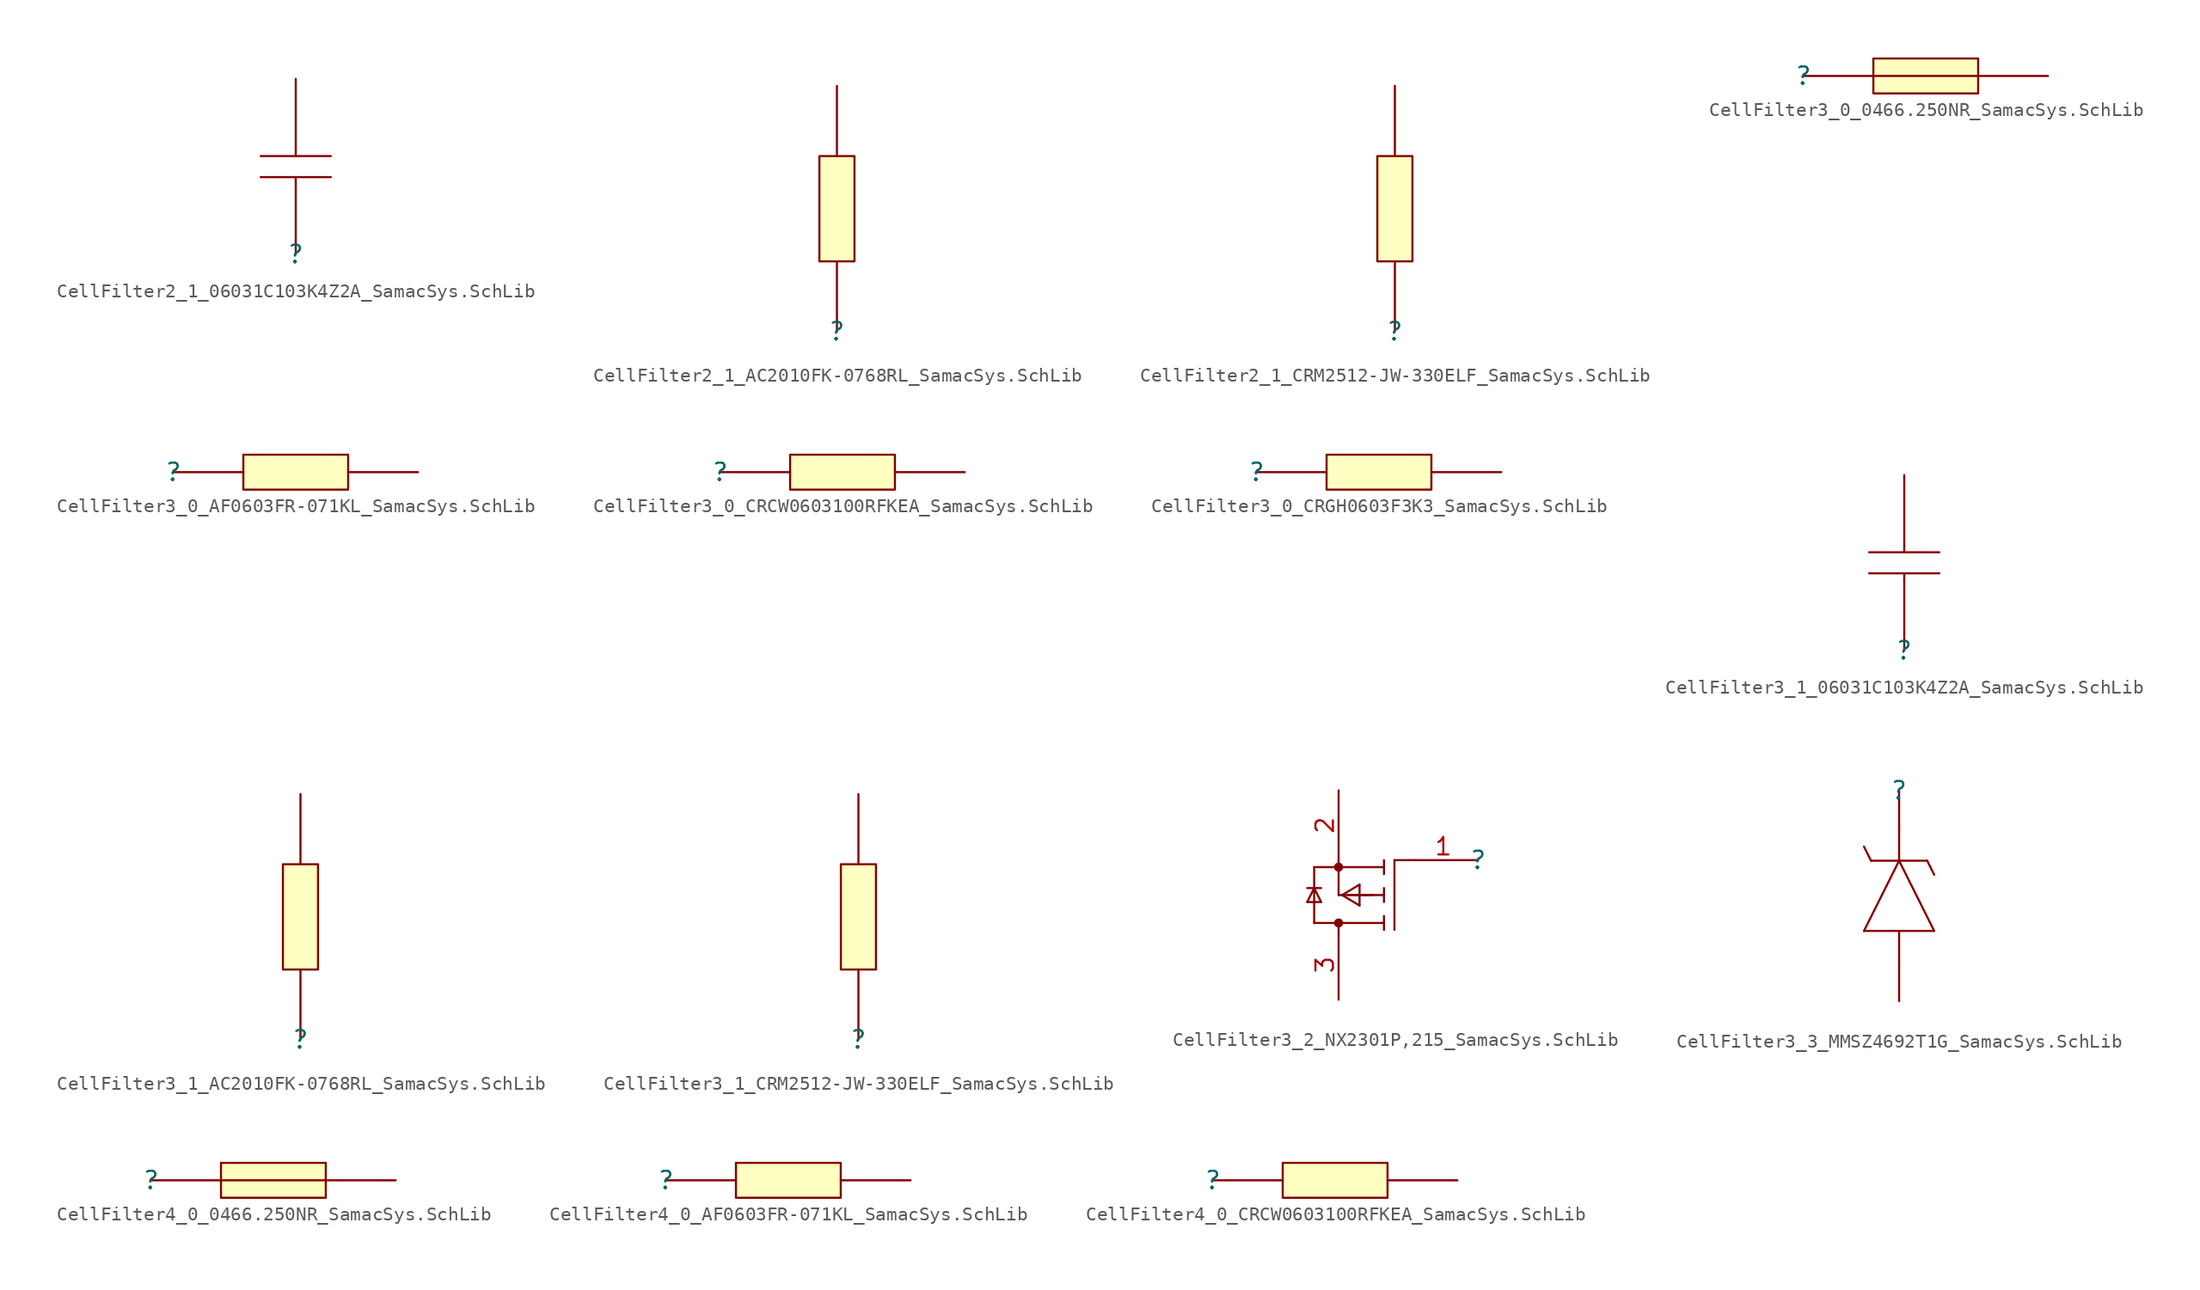
<source format=kicad_sym>
(kicad_symbol_lib
  (version 20241209)
  (generator "kicad_symbol_editor")
  (generator_version "9.0")
  (symbol "CellFilter2_1_06031C103K4Z2A_SamacSys.SchLib"
    (pin_numbers
      (hide yes))
    (pin_names
      (hide yes))
    (property "Reference" ""
      (at 0 0 0)
      (effects (font (size 1.27 1.27))))
    (property "Value" ""
      (at 0 0 0)
      (effects (font (size 1.27 1.27))))
    (symbol "CellFilter2_1_06031C103K4Z2A_SamacSys.SchLib_1_0"
      (polyline (pts (xy -2.54 7.112) (xy 2.54 7.112)) (stroke (width 0) (type solid)) (fill (type none)))
      (polyline (pts (xy -2.54 5.588) (xy 2.54 5.588)) (stroke (width 0) (type solid)) (fill (type none)))
      (polyline (pts (xy 0 7.112) (xy 0 7.62)) (stroke (width 0) (type solid)) (fill (type none)))
      (polyline (pts (xy 0 5.08) (xy 0 5.588)) (stroke (width 0) (type solid)) (fill (type none)))
      (pin passive line (at 0 12.7 270) (length 5.08) (name "2" (effects (font (size 1.27 1.27)))) (number "2" (effects (font (size 1.27 1.27)))))
      (pin passive line (at 0 0 90) (length 5.08) (name "1" (effects (font (size 1.27 1.27)))) (number "1" (effects (font (size 1.27 1.27)))))))
  (symbol "CellFilter2_1_AC2010FK-0768RL_SamacSys.SchLib"
    (pin_numbers
      (hide yes))
    (pin_names
      (hide yes))
    (property "Reference" ""
      (at 0 0 0)
      (effects (font (size 1.27 1.27))))
    (property "Value" ""
      (at 0 0 0)
      (effects (font (size 1.27 1.27))))
    (symbol "CellFilter2_1_AC2010FK-0768RL_SamacSys.SchLib_1_0"
      (rectangle (start 1.27 12.7) (end -1.27 5.08) (stroke (width 0) (type solid) (color 128 0 0 1)) (fill (type background)))
      (pin passive line (at 0 17.78 270) (length 5.08) (name "2" (effects (font (size 1.27 1.27)))) (number "2" (effects (font (size 1.27 1.27)))))
      (pin passive line (at 0 0 90) (length 5.08) (name "1" (effects (font (size 1.27 1.27)))) (number "1" (effects (font (size 1.27 1.27)))))))
  (symbol "CellFilter2_1_CRM2512-JW-330ELF_SamacSys.SchLib"
    (pin_numbers
      (hide yes))
    (pin_names
      (hide yes))
    (property "Reference" ""
      (at 0 0 0)
      (effects (font (size 1.27 1.27))))
    (property "Value" ""
      (at 0 0 0)
      (effects (font (size 1.27 1.27))))
    (symbol "CellFilter2_1_CRM2512-JW-330ELF_SamacSys.SchLib_1_0"
      (rectangle (start 1.27 12.7) (end -1.27 5.08) (stroke (width 0) (type solid) (color 128 0 0 1)) (fill (type background)))
      (pin passive line (at 0 17.78 270) (length 5.08) (name "2" (effects (font (size 1.27 1.27)))) (number "2" (effects (font (size 1.27 1.27)))))
      (pin passive line (at 0 0 90) (length 5.08) (name "1" (effects (font (size 1.27 1.27)))) (number "1" (effects (font (size 1.27 1.27)))))))
  (symbol "CellFilter3_0_0466.250NR_SamacSys.SchLib"
    (pin_numbers
      (hide yes))
    (pin_names
      (hide yes))
    (property "Reference" ""
      (at 0 0 0)
      (effects (font (size 1.27 1.27))))
    (property "Value" ""
      (at 0 0 0)
      (effects (font (size 1.27 1.27))))
    (symbol "CellFilter3_0_0466.250NR_SamacSys.SchLib_1_0"
      (polyline (pts (xy 5.08 0) (xy 12.7 0)) (stroke (width 0) (type solid)) (fill (type none)))
      (rectangle (start 12.7 1.27) (end 5.08 -1.27) (stroke (width 0) (type solid) (color 128 0 0 1)) (fill (type background)))
      (pin passive line (at 0 0 0) (length 5.08) (name "1" (effects (font (size 1.27 1.27)))) (number "1" (effects (font (size 1.27 1.27)))))
      (pin passive line (at 17.78 0 180) (length 5.08) (name "2" (effects (font (size 1.27 1.27)))) (number "2" (effects (font (size 1.27 1.27)))))))
  (symbol "CellFilter3_0_AF0603FR-071KL_SamacSys.SchLib"
    (pin_numbers
      (hide yes))
    (pin_names
      (hide yes))
    (property "Reference" ""
      (at 0 0 0)
      (effects (font (size 1.27 1.27))))
    (property "Value" ""
      (at 0 0 0)
      (effects (font (size 1.27 1.27))))
    (symbol "CellFilter3_0_AF0603FR-071KL_SamacSys.SchLib_1_0"
      (rectangle (start 12.7 1.27) (end 5.08 -1.27) (stroke (width 0) (type solid) (color 128 0 0 1)) (fill (type background)))
      (pin passive line (at 0 0 0) (length 5.08) (name "1" (effects (font (size 1.27 1.27)))) (number "1" (effects (font (size 1.27 1.27)))))
      (pin passive line (at 17.78 0 180) (length 5.08) (name "2" (effects (font (size 1.27 1.27)))) (number "2" (effects (font (size 1.27 1.27)))))))
  (symbol "CellFilter3_0_CRCW0603100RFKEA_SamacSys.SchLib"
    (pin_numbers
      (hide yes))
    (pin_names
      (hide yes))
    (property "Reference" ""
      (at 0 0 0)
      (effects (font (size 1.27 1.27))))
    (property "Value" ""
      (at 0 0 0)
      (effects (font (size 1.27 1.27))))
    (symbol "CellFilter3_0_CRCW0603100RFKEA_SamacSys.SchLib_1_0"
      (rectangle (start 12.7 1.27) (end 5.08 -1.27) (stroke (width 0) (type solid) (color 128 0 0 1)) (fill (type background)))
      (pin passive line (at 0 0 0) (length 5.08) (name "1" (effects (font (size 1.27 1.27)))) (number "1" (effects (font (size 1.27 1.27)))))
      (pin passive line (at 17.78 0 180) (length 5.08) (name "2" (effects (font (size 1.27 1.27)))) (number "2" (effects (font (size 1.27 1.27)))))))
  (symbol "CellFilter3_0_CRGH0603F3K3_SamacSys.SchLib"
    (pin_numbers
      (hide yes))
    (pin_names
      (hide yes))
    (property "Reference" ""
      (at 0 0 0)
      (effects (font (size 1.27 1.27))))
    (property "Value" ""
      (at 0 0 0)
      (effects (font (size 1.27 1.27))))
    (symbol "CellFilter3_0_CRGH0603F3K3_SamacSys.SchLib_1_0"
      (rectangle (start 12.7 1.27) (end 5.08 -1.27) (stroke (width 0) (type solid) (color 128 0 0 1)) (fill (type background)))
      (pin passive line (at 0 0 0) (length 5.08) (name "1" (effects (font (size 1.27 1.27)))) (number "1" (effects (font (size 1.27 1.27)))))
      (pin passive line (at 17.78 0 180) (length 5.08) (name "2" (effects (font (size 1.27 1.27)))) (number "2" (effects (font (size 1.27 1.27)))))))
  (symbol "CellFilter3_1_06031C103K4Z2A_SamacSys.SchLib"
    (pin_numbers
      (hide yes))
    (pin_names
      (hide yes))
    (property "Reference" ""
      (at 0 0 0)
      (effects (font (size 1.27 1.27))))
    (property "Value" ""
      (at 0 0 0)
      (effects (font (size 1.27 1.27))))
    (symbol "CellFilter3_1_06031C103K4Z2A_SamacSys.SchLib_1_0"
      (polyline (pts (xy -2.54 7.112) (xy 2.54 7.112)) (stroke (width 0) (type solid)) (fill (type none)))
      (polyline (pts (xy -2.54 5.588) (xy 2.54 5.588)) (stroke (width 0) (type solid)) (fill (type none)))
      (polyline (pts (xy 0 7.112) (xy 0 7.62)) (stroke (width 0) (type solid)) (fill (type none)))
      (polyline (pts (xy 0 5.08) (xy 0 5.588)) (stroke (width 0) (type solid)) (fill (type none)))
      (pin passive line (at 0 12.7 270) (length 5.08) (name "2" (effects (font (size 1.27 1.27)))) (number "2" (effects (font (size 1.27 1.27)))))
      (pin passive line (at 0 0 90) (length 5.08) (name "1" (effects (font (size 1.27 1.27)))) (number "1" (effects (font (size 1.27 1.27)))))))
  (symbol "CellFilter3_1_AC2010FK-0768RL_SamacSys.SchLib"
    (pin_numbers
      (hide yes))
    (pin_names
      (hide yes))
    (property "Reference" ""
      (at 0 0 0)
      (effects (font (size 1.27 1.27))))
    (property "Value" ""
      (at 0 0 0)
      (effects (font (size 1.27 1.27))))
    (symbol "CellFilter3_1_AC2010FK-0768RL_SamacSys.SchLib_1_0"
      (rectangle (start 1.27 12.7) (end -1.27 5.08) (stroke (width 0) (type solid) (color 128 0 0 1)) (fill (type background)))
      (pin passive line (at 0 17.78 270) (length 5.08) (name "2" (effects (font (size 1.27 1.27)))) (number "2" (effects (font (size 1.27 1.27)))))
      (pin passive line (at 0 0 90) (length 5.08) (name "1" (effects (font (size 1.27 1.27)))) (number "1" (effects (font (size 1.27 1.27)))))))
  (symbol "CellFilter3_1_CRM2512-JW-330ELF_SamacSys.SchLib"
    (pin_numbers
      (hide yes))
    (pin_names
      (hide yes))
    (property "Reference" ""
      (at 0 0 0)
      (effects (font (size 1.27 1.27))))
    (property "Value" ""
      (at 0 0 0)
      (effects (font (size 1.27 1.27))))
    (symbol "CellFilter3_1_CRM2512-JW-330ELF_SamacSys.SchLib_1_0"
      (rectangle (start 1.27 12.7) (end -1.27 5.08) (stroke (width 0) (type solid) (color 128 0 0 1)) (fill (type background)))
      (pin passive line (at 0 17.78 270) (length 5.08) (name "2" (effects (font (size 1.27 1.27)))) (number "2" (effects (font (size 1.27 1.27)))))
      (pin passive line (at 0 0 90) (length 5.08) (name "1" (effects (font (size 1.27 1.27)))) (number "1" (effects (font (size 1.27 1.27)))))))
  (symbol "CellFilter3_2_NX2301P,215_SamacSys.SchLib"
    (pin_names
      (hide yes))
    (property "Reference" ""
      (at 0 0 0)
      (effects (font (size 1.27 1.27))))
    (property "Value" ""
      (at 0 0 0)
      (effects (font (size 1.27 1.27))))
    (symbol "CellFilter3_2_NX2301P,215_SamacSys.SchLib_1_0"
      (polyline (pts (xy -12.446 -3.048) (xy -11.43 -3.048)) (stroke (width 0) (type solid)) (fill (type none)))
      (polyline (pts (xy -11.938 -2.032) (xy -12.446 -2.032)) (stroke (width 0) (type solid)) (fill (type none)))
      (polyline (pts (xy -11.938 -2.032) (xy -12.446 -3.048)) (stroke (width 0) (type solid)) (fill (type none)))
      (polyline (pts (xy -11.938 -2.032) (xy -11.43 -2.032)) (stroke (width 0) (type solid)) (fill (type none)))
      (polyline (pts (xy -11.938 -4.572) (xy -11.938 -0.508)) (stroke (width 0) (type solid)) (fill (type none)))
      (polyline (pts (xy -11.938 -4.572) (xy -10.16 -4.572)) (stroke (width 0) (type solid)) (fill (type none)))
      (polyline (pts (xy -11.43 -3.048) (xy -11.938 -2.032)) (stroke (width 0) (type solid)) (fill (type none)))
      (circle (center -10.16 -0.508) (radius 0.254) (stroke (width 0) (type solid)) (fill (type outline)))
      (polyline (pts (xy -10.16 -0.508) (xy -11.938 -0.508)) (stroke (width 0) (type solid)) (fill (type none)))
      (polyline (pts (xy -10.16 -2.54) (xy -10.16 0)) (stroke (width 0) (type solid)) (fill (type none)))
      (polyline (pts (xy -10.16 -2.54) (xy -7.62 -2.54)) (stroke (width 0) (type solid)) (fill (type none)))
      (circle (center -10.16 -4.572) (radius 0.254) (stroke (width 0) (type solid)) (fill (type outline)))
      (polyline (pts (xy -10.16 -4.572) (xy -10.16 -5.08)) (stroke (width 0) (type solid)) (fill (type none)))
      (polyline (pts (xy -9.906 -2.54) (xy -8.636 -1.778)) (stroke (width 0) (type solid)) (fill (type none)))
      (polyline (pts (xy -9.906 -2.54) (xy -8.636 -3.302)) (stroke (width 0) (type solid)) (fill (type none)))
      (polyline (pts (xy -9.398 -2.54) (xy -6.858 -2.54)) (stroke (width 0) (type solid)) (fill (type none)))
      (polyline (pts (xy -8.636 -1.778) (xy -8.636 -3.302)) (stroke (width 0) (type solid)) (fill (type none)))
      (polyline (pts (xy -6.858 -0.508) (xy -10.16 -0.508)) (stroke (width 0) (type solid)) (fill (type none)))
      (polyline (pts (xy -6.858 -1.016) (xy -6.858 0)) (stroke (width 0) (type solid)) (fill (type none)))
      (polyline (pts (xy -6.858 -3.048) (xy -6.858 -2.032)) (stroke (width 0) (type solid)) (fill (type none)))
      (polyline (pts (xy -6.858 -4.064) (xy -6.858 -5.08)) (stroke (width 0) (type solid)) (fill (type none)))
      (polyline (pts (xy -6.858 -4.572) (xy -10.16 -4.572)) (stroke (width 0) (type solid)) (fill (type none)))
      (polyline (pts (xy -6.096 0) (xy -6.096 -5.08)) (stroke (width 0) (type solid)) (fill (type none)))
      (polyline (pts (xy -6.096 0) (xy -5.08 0)) (stroke (width 0) (type solid)) (fill (type none)))
      (pin passive line (at -10.16 5.08 270) (length 5.08) (name "S" (effects (font (size 1.27 1.27)))) (number "2" (effects (font (size 1.27 1.27)))))
      (pin passive line (at -10.16 -10.16 90) (length 5.08) (name "D" (effects (font (size 1.27 1.27)))) (number "3" (effects (font (size 1.27 1.27)))))
      (pin passive line (at 0 0 180) (length 5.08) (name "G" (effects (font (size 1.27 1.27)))) (number "1" (effects (font (size 1.27 1.27)))))))
  (symbol "CellFilter3_3_MMSZ4692T1G_SamacSys.SchLib"
    (pin_numbers
      (hide yes))
    (pin_names
      (hide yes))
    (property "Reference" ""
      (at 0 0 0)
      (effects (font (size 1.27 1.27))))
    (property "Value" ""
      (at 0 0 0)
      (effects (font (size 1.27 1.27))))
    (symbol "CellFilter3_3_MMSZ4692T1G_SamacSys.SchLib_1_0"
      (polyline (pts (xy -2.54 -4.064) (xy -2.032 -5.08)) (stroke (width 0) (type solid)) (fill (type none)))
      (polyline (pts (xy -2.54 -10.16) (xy 0 -5.08)) (stroke (width 0) (type solid)) (fill (type none)))
      (polyline (pts (xy 0 -2.54) (xy 0 -5.08)) (stroke (width 0) (type solid)) (fill (type none)))
      (polyline (pts (xy 0 -5.08) (xy 2.54 -10.16)) (stroke (width 0) (type solid)) (fill (type none)))
      (polyline (pts (xy 0 -12.7) (xy 0 -10.16)) (stroke (width 0) (type solid)) (fill (type none)))
      (polyline (pts (xy 2.032 -5.08) (xy -2.032 -5.08)) (stroke (width 0) (type solid)) (fill (type none)))
      (polyline (pts (xy 2.032 -5.08) (xy 2.54 -6.096)) (stroke (width 0) (type solid)) (fill (type none)))
      (polyline (pts (xy 2.54 -10.16) (xy -2.54 -10.16)) (stroke (width 0) (type solid)) (fill (type none)))
      (pin passive line (at 0 0 270) (length 2.54) (name "K" (effects (font (size 1.27 1.27)))) (number "1" (effects (font (size 1.27 1.27)))))
      (pin passive line (at 0 -15.24 90) (length 2.54) (name "A" (effects (font (size 1.27 1.27)))) (number "2" (effects (font (size 1.27 1.27)))))))
  (symbol "CellFilter4_0_0466.250NR_SamacSys.SchLib"
    (pin_numbers
      (hide yes))
    (pin_names
      (hide yes))
    (property "Reference" ""
      (at 0 0 0)
      (effects (font (size 1.27 1.27))))
    (property "Value" ""
      (at 0 0 0)
      (effects (font (size 1.27 1.27))))
    (symbol "CellFilter4_0_0466.250NR_SamacSys.SchLib_1_0"
      (polyline (pts (xy 5.08 0) (xy 12.7 0)) (stroke (width 0) (type solid)) (fill (type none)))
      (rectangle (start 12.7 1.27) (end 5.08 -1.27) (stroke (width 0) (type solid) (color 128 0 0 1)) (fill (type background)))
      (pin passive line (at 0 0 0) (length 5.08) (name "1" (effects (font (size 1.27 1.27)))) (number "1" (effects (font (size 1.27 1.27)))))
      (pin passive line (at 17.78 0 180) (length 5.08) (name "2" (effects (font (size 1.27 1.27)))) (number "2" (effects (font (size 1.27 1.27)))))))
  (symbol "CellFilter4_0_AF0603FR-071KL_SamacSys.SchLib"
    (pin_numbers
      (hide yes))
    (pin_names
      (hide yes))
    (property "Reference" ""
      (at 0 0 0)
      (effects (font (size 1.27 1.27))))
    (property "Value" ""
      (at 0 0 0)
      (effects (font (size 1.27 1.27))))
    (symbol "CellFilter4_0_AF0603FR-071KL_SamacSys.SchLib_1_0"
      (rectangle (start 12.7 1.27) (end 5.08 -1.27) (stroke (width 0) (type solid) (color 128 0 0 1)) (fill (type background)))
      (pin passive line (at 0 0 0) (length 5.08) (name "1" (effects (font (size 1.27 1.27)))) (number "1" (effects (font (size 1.27 1.27)))))
      (pin passive line (at 17.78 0 180) (length 5.08) (name "2" (effects (font (size 1.27 1.27)))) (number "2" (effects (font (size 1.27 1.27)))))))
  (symbol "CellFilter4_0_CRCW0603100RFKEA_SamacSys.SchLib"
    (pin_numbers
      (hide yes))
    (pin_names
      (hide yes))
    (property "Reference" ""
      (at 0 0 0)
      (effects (font (size 1.27 1.27))))
    (property "Value" ""
      (at 0 0 0)
      (effects (font (size 1.27 1.27))))
    (symbol "CellFilter4_0_CRCW0603100RFKEA_SamacSys.SchLib_1_0"
      (rectangle (start 12.7 1.27) (end 5.08 -1.27) (stroke (width 0) (type solid) (color 128 0 0 1)) (fill (type background)))
      (pin passive line (at 0 0 0) (length 5.08) (name "1" (effects (font (size 1.27 1.27)))) (number "1" (effects (font (size 1.27 1.27)))))
      (pin passive line (at 17.78 0 180) (length 5.08) (name "2" (effects (font (size 1.27 1.27)))) (number "2" (effects (font (size 1.27 1.27))))))))
</source>
